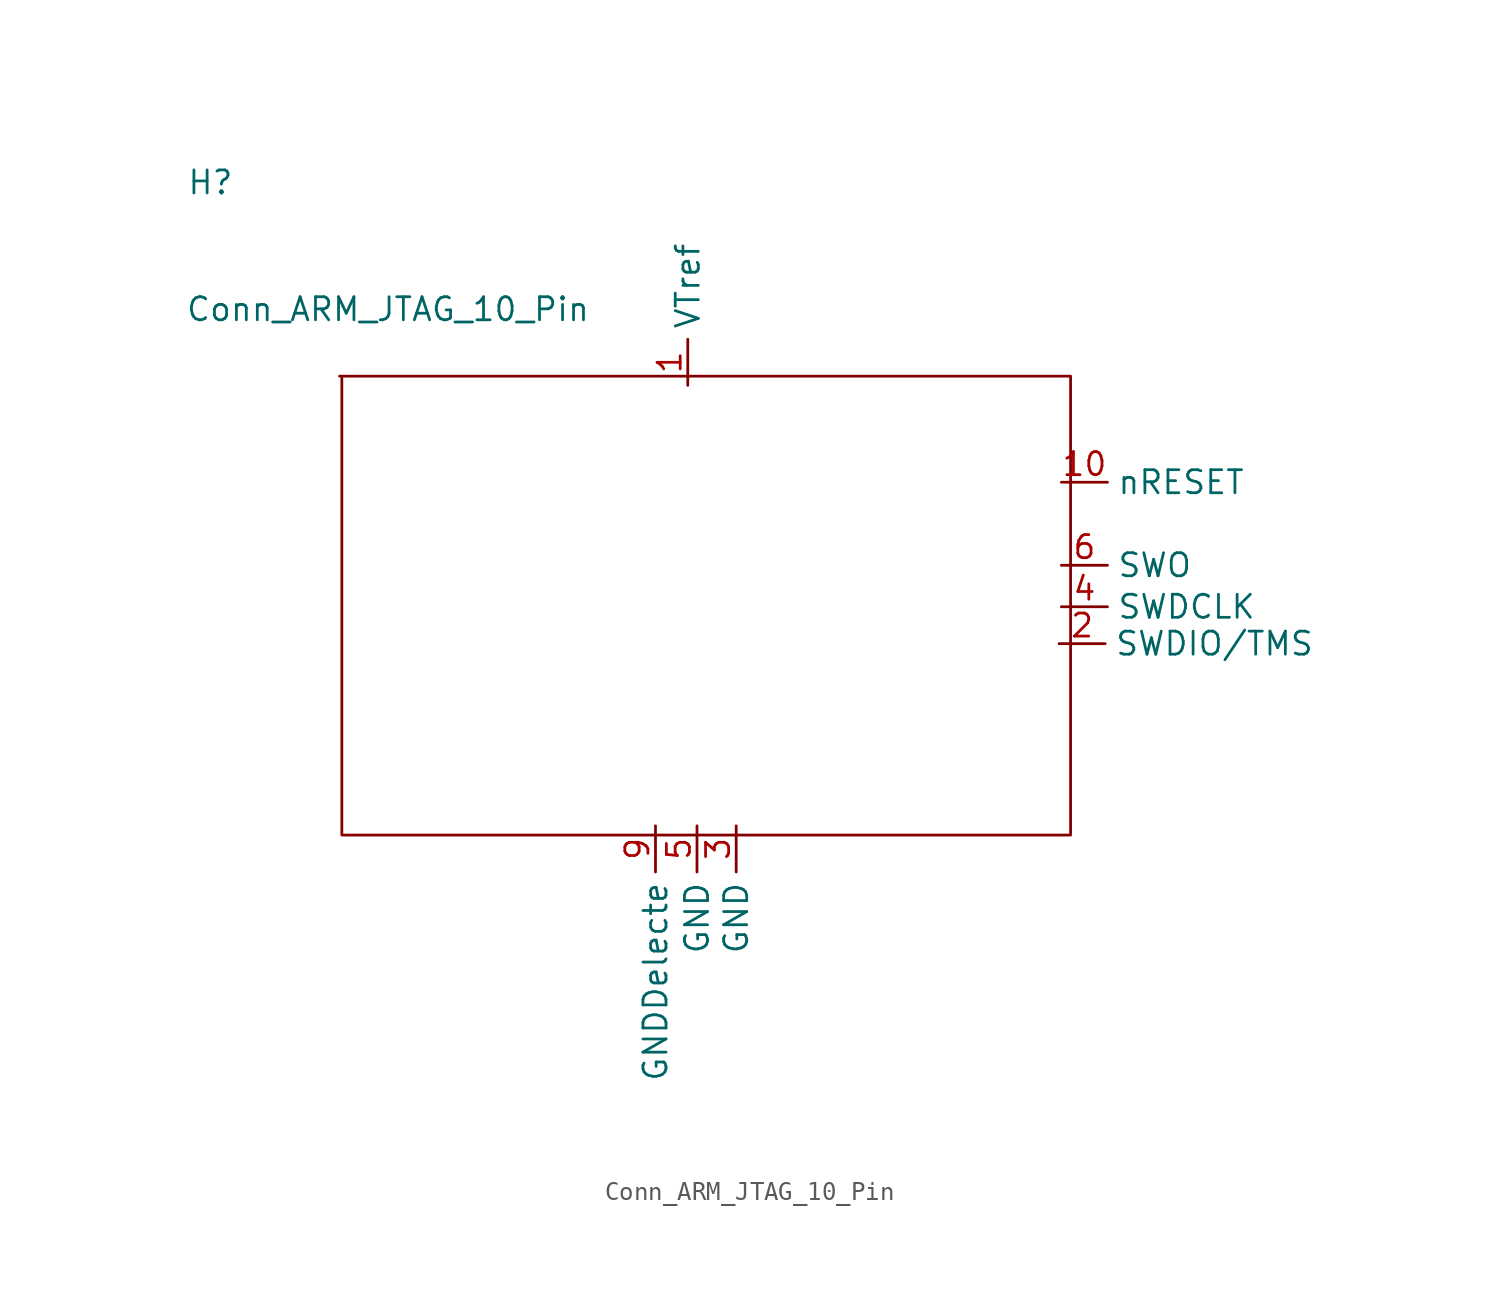
<source format=kicad_sym>
(kicad_symbol_lib
  (version 20220914)
  (generator kicad_symbol_editor)
  (symbol "Conn_ARM_JTAG_10_Pin"
    (property "Reference" "H"
      (at 0 0 0)
      (effects (font (size 1.27 1.27))))
    (property "Value" "Conn_ARM_JTAG_10_Pin"
      (at 9.779 -6.985 0)
      (effects (font (size 1.27 1.27))))
    (symbol "Conn_ARM_JTAG_10_Pin_0_1"
      (polyline (pts (xy 7.239 -10.795) (xy 7.239 -35.941) (xy 47.371 -35.941) (xy 47.371 -10.668) (xy 7.112 -10.668)) (stroke (width 0) (type default)) (fill (type none))))
    (symbol "Conn_ARM_JTAG_10_Pin_1_1"
      (pin power_in line (at 26.289 -11.176 90) (length 2.54) (name "VTref" (effects (font (size 1.27 1.27)))) (number "1" (effects (font (size 1.27 1.27)))))
      (pin input line (at 46.863 -16.51 0) (length 2.54) (name "nRESET" (effects (font (size 1.27 1.27)))) (number "10" (effects (font (size 1.27 1.27)))))
      (pin bidirectional line (at 46.736 -25.4 0) (length 2.54) (name "SWDIO/TMS" (effects (font (size 1.27 1.27)))) (number "2" (effects (font (size 1.27 1.27)))))
      (pin power_in line (at 28.956 -35.433 270) (length 2.54) (name "GND" (effects (font (size 1.27 1.27)))) (number "3" (effects (font (size 1.27 1.27)))))
      (pin input line (at 46.863 -23.368 0) (length 2.54) (name "SWDCLK" (effects (font (size 1.27 1.27)))) (number "4" (effects (font (size 1.27 1.27)))))
      (pin power_in line (at 26.797 -35.433 270) (length 2.54) (name "GND" (effects (font (size 1.27 1.27)))) (number "5" (effects (font (size 1.27 1.27)))))
      (pin output line (at 46.863 -21.082 0) (length 2.54) (name "SWO" (effects (font (size 1.27 1.27)))) (number "6" (effects (font (size 1.27 1.27)))))
      (pin power_in line (at 24.511 -35.433 270) (length 2.54) (name "GNDDelecte" (effects (font (size 1.27 1.27)))) (number "9" (effects (font (size 1.27 1.27))))))))
</source>
